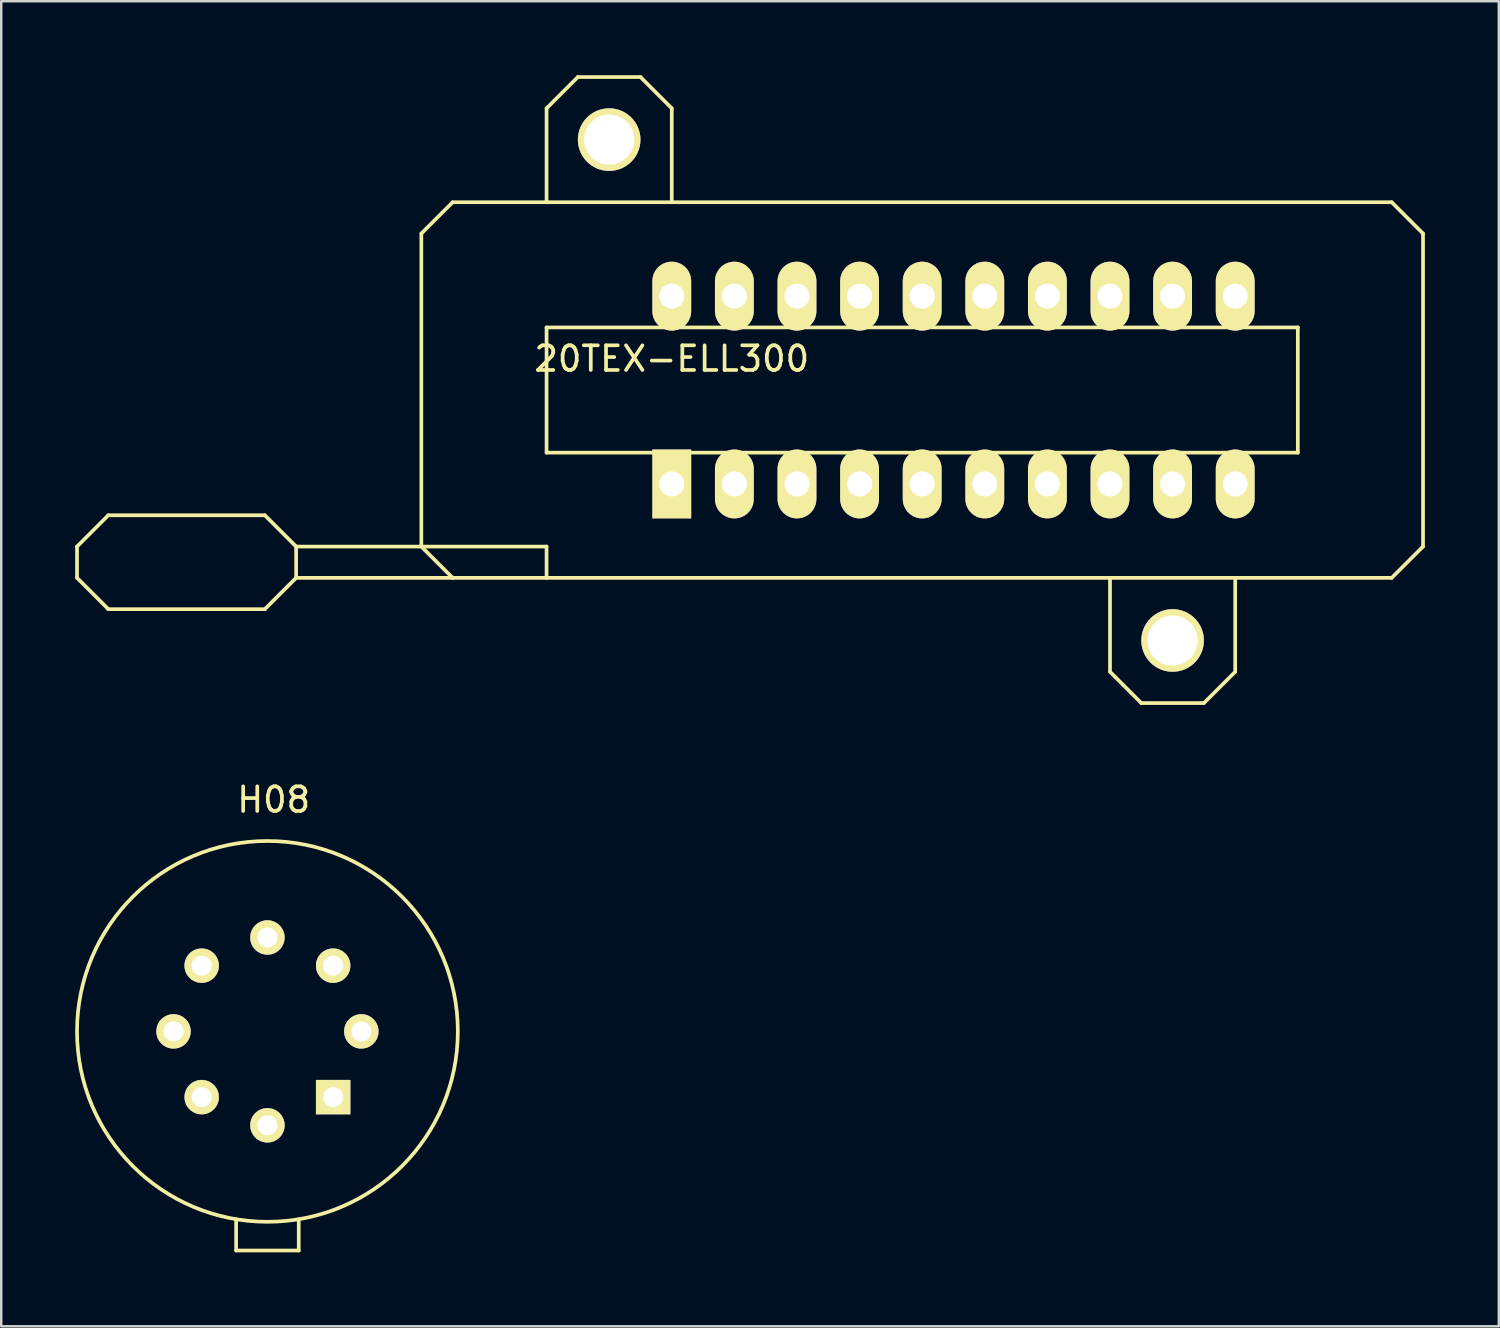
<source format=kicad_pcb>
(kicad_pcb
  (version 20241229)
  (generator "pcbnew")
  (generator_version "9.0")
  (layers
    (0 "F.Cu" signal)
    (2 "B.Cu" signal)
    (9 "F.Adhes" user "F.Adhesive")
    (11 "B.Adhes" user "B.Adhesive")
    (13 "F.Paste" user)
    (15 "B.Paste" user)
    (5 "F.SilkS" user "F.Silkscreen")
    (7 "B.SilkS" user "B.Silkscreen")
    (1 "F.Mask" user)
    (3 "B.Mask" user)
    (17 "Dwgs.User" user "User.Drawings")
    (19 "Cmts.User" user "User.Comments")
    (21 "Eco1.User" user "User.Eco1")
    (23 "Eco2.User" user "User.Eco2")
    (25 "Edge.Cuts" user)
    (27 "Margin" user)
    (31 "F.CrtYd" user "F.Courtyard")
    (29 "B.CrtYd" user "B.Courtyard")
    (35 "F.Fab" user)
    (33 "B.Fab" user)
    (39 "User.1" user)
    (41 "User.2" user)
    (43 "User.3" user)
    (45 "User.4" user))
  (footprint "H08"
    (layer "F.Cu")
    (at 7.8 38.796)
    (property "Reference" "H08" (at 0.254 -9.398 0) (layer "F.SilkS") (effects (font (size 1 1) (thickness 0.15))))
    (attr through_hole)
    (fp_line (start -1.27 7.62) (end -1.27 8.89) (stroke (width 0.15) (type solid)) (layer "F.SilkS"))
    (fp_line (start -1.27 8.89) (end 1.27 8.89) (stroke (width 0.15) (type solid)) (layer "F.SilkS"))
    (fp_line (start 1.27 8.89) (end 1.27 7.62) (stroke (width 0.15) (type solid)) (layer "F.SilkS"))
    (fp_circle (center 0 0) (end 1.27 7.62) (stroke (width 0.15) (type solid)) (fill no) (layer "F.SilkS"))
    (pad "1" thru_hole rect (at 2.667 2.667) (size 1.397 1.397) (drill 0.813) (layers "*.Cu" "*.Mask" "F.SilkS"))
    (pad "2" thru_hole circle (at 3.81 0) (size 1.397 1.397) (drill 0.813) (layers "*.Cu" "*.Mask" "F.SilkS"))
    (pad "3" thru_hole circle (at 2.667 -2.667) (size 1.397 1.397) (drill 0.813) (layers "*.Cu" "*.Mask" "F.SilkS"))
    (pad "4" thru_hole circle (at 0 -3.81) (size 1.397 1.397) (drill 0.813) (layers "*.Cu" "*.Mask" "F.SilkS"))
    (pad "5" thru_hole circle (at -2.667 -2.667) (size 1.397 1.397) (drill 0.813) (layers "*.Cu" "*.Mask" "F.SilkS"))
    (pad "6" thru_hole circle (at -3.81 0) (size 1.397 1.397) (drill 0.813) (layers "*.Cu" "*.Mask" "F.SilkS"))
    (pad "7" thru_hole circle (at -2.667 2.667) (size 1.397 1.397) (drill 0.813) (layers "*.Cu" "*.Mask" "F.SilkS"))
    (pad "8" thru_hole circle (at 0 3.81) (size 1.397 1.397) (drill 0.813) (layers "*.Cu" "*.Mask" "F.SilkS")))
  (footprint "20TEX-ELL300"
    (layer "F.Cu")
    (at 35.635 12.775)
    (property "Reference" "20TEX-ELL300" (at -11.43 -1.27 180) (layer "F.SilkS") (effects (font (size 1 1) (thickness 0.15))))
    (attr through_hole)
    (fp_line (start -35.56 6.35) (end -35.56 7.62) (stroke (width 0.15) (type solid)) (layer "F.SilkS"))
    (fp_line (start -35.56 7.62) (end -34.29 8.89) (stroke (width 0.15) (type solid)) (layer "F.SilkS"))
    (fp_line (start -34.29 5.08) (end -35.56 6.35) (stroke (width 0.15) (type solid)) (layer "F.SilkS"))
    (fp_line (start -34.29 8.89) (end -27.94 8.89) (stroke (width 0.15) (type solid)) (layer "F.SilkS"))
    (fp_line (start -27.94 5.08) (end -34.29 5.08) (stroke (width 0.15) (type solid)) (layer "F.SilkS"))
    (fp_line (start -27.94 8.89) (end -26.67 7.62) (stroke (width 0.15) (type solid)) (layer "F.SilkS"))
    (fp_line (start -26.67 6.35) (end -27.94 5.08) (stroke (width 0.15) (type solid)) (layer "F.SilkS"))
    (fp_line (start -26.67 6.35) (end -16.51 6.35) (stroke (width 0.15) (type solid)) (layer "F.SilkS"))
    (fp_line (start -26.67 7.62) (end -26.67 6.35) (stroke (width 0.15) (type solid)) (layer "F.SilkS"))
    (fp_line (start -26.67 7.62) (end -20.32 7.62) (stroke (width 0.15) (type solid)) (layer "F.SilkS"))
    (fp_line (start -21.59 -6.35) (end -20.32 -7.62) (stroke (width 0.15) (type solid)) (layer "F.SilkS"))
    (fp_line (start -21.59 6.35) (end -21.59 -6.35) (stroke (width 0.15) (type solid)) (layer "F.SilkS"))
    (fp_line (start -20.32 -7.62) (end 17.78 -7.62) (stroke (width 0.15) (type solid)) (layer "F.SilkS"))
    (fp_line (start -20.32 7.62) (end -21.59 6.35) (stroke (width 0.15) (type solid)) (layer "F.SilkS"))
    (fp_line (start -16.51 -11.43) (end -16.51 -7.62) (stroke (width 0.15) (type solid)) (layer "F.SilkS"))
    (fp_line (start -16.51 -2.54) (end -16.51 2.54) (stroke (width 0.15) (type solid)) (layer "F.SilkS"))
    (fp_line (start -16.51 2.54) (end 13.97 2.54) (stroke (width 0.15) (type solid)) (layer "F.SilkS"))
    (fp_line (start -16.51 6.35) (end -16.51 7.62) (stroke (width 0.15) (type solid)) (layer "F.SilkS"))
    (fp_line (start -15.24 -12.7) (end -16.51 -11.43) (stroke (width 0.15) (type solid)) (layer "F.SilkS"))
    (fp_line (start -12.7 -12.7) (end -15.24 -12.7) (stroke (width 0.15) (type solid)) (layer "F.SilkS"))
    (fp_line (start -11.43 -11.43) (end -12.7 -12.7) (stroke (width 0.15) (type solid)) (layer "F.SilkS"))
    (fp_line (start -11.43 -7.62) (end -11.43 -11.43) (stroke (width 0.15) (type solid)) (layer "F.SilkS"))
    (fp_line (start 6.35 11.43) (end 6.35 7.62) (stroke (width 0.15) (type solid)) (layer "F.SilkS"))
    (fp_line (start 7.62 12.7) (end 6.35 11.43) (stroke (width 0.15) (type solid)) (layer "F.SilkS"))
    (fp_line (start 10.16 12.7) (end 7.62 12.7) (stroke (width 0.15) (type solid)) (layer "F.SilkS"))
    (fp_line (start 11.43 11.43) (end 10.16 12.7) (stroke (width 0.15) (type solid)) (layer "F.SilkS"))
    (fp_line (start 11.43 11.43) (end 11.43 7.62) (stroke (width 0.15) (type solid)) (layer "F.SilkS"))
    (fp_line (start 13.97 -2.54) (end -16.51 -2.54) (stroke (width 0.15) (type solid)) (layer "F.SilkS"))
    (fp_line (start 13.97 2.54) (end 13.97 -2.54) (stroke (width 0.15) (type solid)) (layer "F.SilkS"))
    (fp_line (start 17.78 -7.62) (end 19.05 -6.35) (stroke (width 0.15) (type solid)) (layer "F.SilkS"))
    (fp_line (start 17.78 7.62) (end -20.32 7.62) (stroke (width 0.15) (type solid)) (layer "F.SilkS"))
    (fp_line (start 19.05 -6.35) (end 19.05 6.35) (stroke (width 0.15) (type solid)) (layer "F.SilkS"))
    (fp_line (start 19.05 6.35) (end 17.78 7.62) (stroke (width 0.15) (type solid)) (layer "F.SilkS"))
    (pad "1" thru_hole rect (at -11.43 3.81) (size 1.575 2.794) (drill 1.016) (layers "*.Cu" "*.Mask" "F.SilkS"))
    (pad "2" thru_hole oval (at -8.89 3.81) (size 1.575 2.794) (drill 1.016) (layers "*.Cu" "*.Mask" "F.SilkS"))
    (pad "3" thru_hole oval (at -6.35 3.81) (size 1.575 2.794) (drill 1.016) (layers "*.Cu" "*.Mask" "F.SilkS"))
    (pad "4" thru_hole oval (at -3.81 3.81) (size 1.575 2.794) (drill 1.016) (layers "*.Cu" "*.Mask" "F.SilkS"))
    (pad "5" thru_hole oval (at -1.27 3.81) (size 1.575 2.794) (drill 1.016) (layers "*.Cu" "*.Mask" "F.SilkS"))
    (pad "6" thru_hole oval (at 1.27 3.81) (size 1.575 2.794) (drill 1.016) (layers "*.Cu" "*.Mask" "F.SilkS"))
    (pad "7" thru_hole oval (at 3.81 3.81) (size 1.575 2.794) (drill 1.016) (layers "*.Cu" "*.Mask" "F.SilkS"))
    (pad "8" thru_hole oval (at 6.35 3.81) (size 1.575 2.794) (drill 1.016) (layers "*.Cu" "*.Mask" "F.SilkS"))
    (pad "9" thru_hole oval (at 8.89 3.81) (size 1.575 2.794) (drill 1.016) (layers "*.Cu" "*.Mask" "F.SilkS"))
    (pad "10" thru_hole oval (at 11.43 3.81) (size 1.575 2.794) (drill 1.016) (layers "*.Cu" "*.Mask" "F.SilkS"))
    (pad "11" thru_hole oval (at 11.43 -3.81) (size 1.575 2.794) (drill 1.016) (layers "*.Cu" "*.Mask" "F.SilkS"))
    (pad "12" thru_hole oval (at 8.89 -3.81) (size 1.575 2.794) (drill 1.016) (layers "*.Cu" "*.Mask" "F.SilkS"))
    (pad "13" thru_hole oval (at 6.35 -3.81) (size 1.575 2.794) (drill 1.016) (layers "*.Cu" "*.Mask" "F.SilkS"))
    (pad "14" thru_hole oval (at 3.81 -3.81) (size 1.575 2.794) (drill 1.016) (layers "*.Cu" "*.Mask" "F.SilkS"))
    (pad "15" thru_hole oval (at 1.27 -3.81) (size 1.575 2.794) (drill 1.016) (layers "*.Cu" "*.Mask" "F.SilkS"))
    (pad "16" thru_hole oval (at -1.27 -3.81) (size 1.575 2.794) (drill 1.016) (layers "*.Cu" "*.Mask" "F.SilkS"))
    (pad "17" thru_hole oval (at -3.81 -3.81) (size 1.575 2.794) (drill 1.016) (layers "*.Cu" "*.Mask" "F.SilkS"))
    (pad "18" thru_hole oval (at -6.35 -3.81) (size 1.575 2.794) (drill 1.016) (layers "*.Cu" "*.Mask" "F.SilkS"))
    (pad "19" thru_hole oval (at -8.89 -3.81) (size 1.575 2.794) (drill 1.016) (layers "*.Cu" "*.Mask" "F.SilkS"))
    (pad "20" thru_hole oval (at -11.43 -3.81) (size 1.575 2.794) (drill 1.016) (layers "*.Cu" "*.Mask" "F.SilkS"))
    (pad "HOLE" thru_hole circle (at -13.97 -10.16) (size 2.54 2.54) (drill 2.032) (layers "*.Cu" "*.Mask" "F.SilkS"))
    (pad "HOLE" thru_hole circle (at 8.89 10.16) (size 2.54 2.54) (drill 2.032) (layers "*.Cu" "*.Mask" "F.SilkS")))
  (gr_rect
    (start -3 -3)
    (end 57.76 50.761)
    (stroke (width 0.1) (type default))
    (fill no)
    (layer "Edge.Cuts")))
</source>
